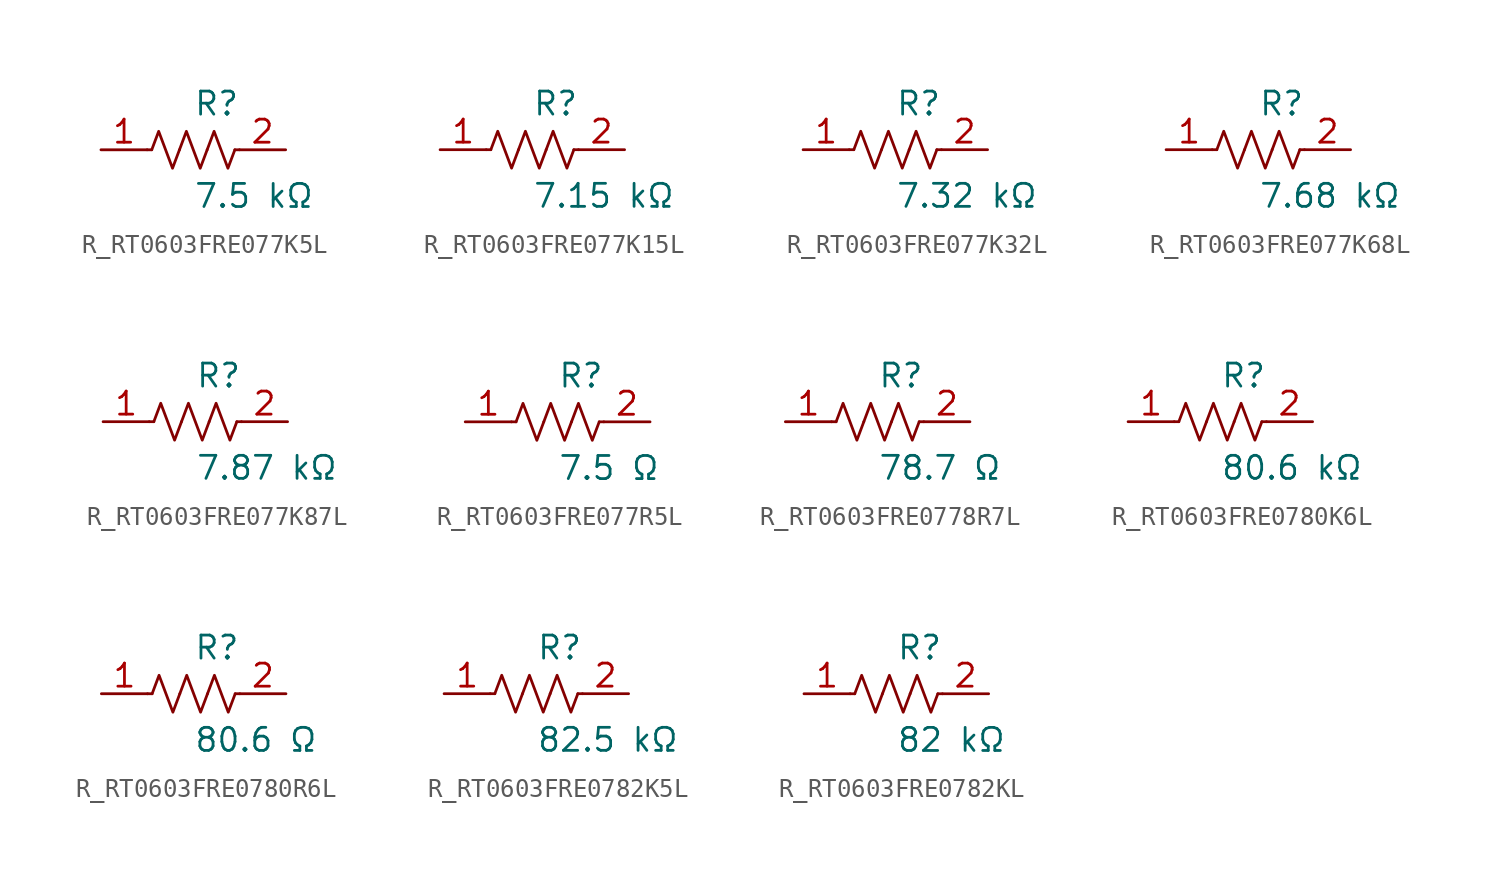
<source format=kicad_sym>
(kicad_symbol_lib
  (version 20231120)
  (generator kicad_symbol_editor)
  (generator_version 8.0)
  (symbol "R_RT0603FRE077K5L"
    (pin_names
      (offset 0.254))
    (property "Reference" "R"
      (at 0.0 2.54 0)
      (effects (font (size 1.27 1.27)) (justify left)))
    (property "Value" "7.5 kΩ"
      (at 0.0 -2.54 0)
      (effects (font (size 1.27 1.27)) (justify left)))
    (symbol "R_RT0603FRE077K5L_0_1"
      (polyline (pts (xy 2.286 0) (xy 2.54 0)) (stroke (width 0) (type default)) (fill (type none)))
      (polyline (pts (xy -2.286 0) (xy -2.54 0)) (stroke (width 0) (type default)) (fill (type none)))
      (polyline (pts (xy 0.762 0) (xy 1.143 1.016) (xy 1.524 0) (xy 1.905 -1.016) (xy 2.286 0)) (stroke (width 0) (type default)) (fill (type none)))
      (polyline (pts (xy -0.762 0) (xy -0.381 1.016) (xy 0 0) (xy 0.381 -1.016) (xy 0.762 0)) (stroke (width 0) (type default)) (fill (type none)))
      (polyline (pts (xy -2.286 0) (xy -1.905 1.016) (xy -1.524 0) (xy -1.143 -1.016) (xy -0.762 0)) (stroke (width 0) (type default)) (fill (type none))))
    (pin unspecified line
      (at -5.08 0 0)
      (length 2.54)
      (name "" (effects (font (size 1.27 1.27))))
      (number "1" (effects (font (size 1.27 1.27)))))
    (pin unspecified line
      (at 5.08 0 180)
      (length 2.54)
      (name "" (effects (font (size 1.27 1.27))))
      (number "2" (effects (font (size 1.27 1.27))))))
  (symbol "R_RT0603FRE077K15L"
    (pin_names
      (offset 0.254))
    (property "Reference" "R"
      (at 0.0 2.54 0)
      (effects (font (size 1.27 1.27)) (justify left)))
    (property "Value" "7.15 kΩ"
      (at 0.0 -2.54 0)
      (effects (font (size 1.27 1.27)) (justify left)))
    (symbol "R_RT0603FRE077K15L_0_1"
      (polyline (pts (xy 2.286 0) (xy 2.54 0)) (stroke (width 0) (type default)) (fill (type none)))
      (polyline (pts (xy -2.286 0) (xy -2.54 0)) (stroke (width 0) (type default)) (fill (type none)))
      (polyline (pts (xy 0.762 0) (xy 1.143 1.016) (xy 1.524 0) (xy 1.905 -1.016) (xy 2.286 0)) (stroke (width 0) (type default)) (fill (type none)))
      (polyline (pts (xy -0.762 0) (xy -0.381 1.016) (xy 0 0) (xy 0.381 -1.016) (xy 0.762 0)) (stroke (width 0) (type default)) (fill (type none)))
      (polyline (pts (xy -2.286 0) (xy -1.905 1.016) (xy -1.524 0) (xy -1.143 -1.016) (xy -0.762 0)) (stroke (width 0) (type default)) (fill (type none))))
    (pin unspecified line
      (at -5.08 0 0)
      (length 2.54)
      (name "" (effects (font (size 1.27 1.27))))
      (number "1" (effects (font (size 1.27 1.27)))))
    (pin unspecified line
      (at 5.08 0 180)
      (length 2.54)
      (name "" (effects (font (size 1.27 1.27))))
      (number "2" (effects (font (size 1.27 1.27))))))
  (symbol "R_RT0603FRE077K32L"
    (pin_names
      (offset 0.254))
    (property "Reference" "R"
      (at 0.0 2.54 0)
      (effects (font (size 1.27 1.27)) (justify left)))
    (property "Value" "7.32 kΩ"
      (at 0.0 -2.54 0)
      (effects (font (size 1.27 1.27)) (justify left)))
    (symbol "R_RT0603FRE077K32L_0_1"
      (polyline (pts (xy 2.286 0) (xy 2.54 0)) (stroke (width 0) (type default)) (fill (type none)))
      (polyline (pts (xy -2.286 0) (xy -2.54 0)) (stroke (width 0) (type default)) (fill (type none)))
      (polyline (pts (xy 0.762 0) (xy 1.143 1.016) (xy 1.524 0) (xy 1.905 -1.016) (xy 2.286 0)) (stroke (width 0) (type default)) (fill (type none)))
      (polyline (pts (xy -0.762 0) (xy -0.381 1.016) (xy 0 0) (xy 0.381 -1.016) (xy 0.762 0)) (stroke (width 0) (type default)) (fill (type none)))
      (polyline (pts (xy -2.286 0) (xy -1.905 1.016) (xy -1.524 0) (xy -1.143 -1.016) (xy -0.762 0)) (stroke (width 0) (type default)) (fill (type none))))
    (pin unspecified line
      (at -5.08 0 0)
      (length 2.54)
      (name "" (effects (font (size 1.27 1.27))))
      (number "1" (effects (font (size 1.27 1.27)))))
    (pin unspecified line
      (at 5.08 0 180)
      (length 2.54)
      (name "" (effects (font (size 1.27 1.27))))
      (number "2" (effects (font (size 1.27 1.27))))))
  (symbol "R_RT0603FRE077K68L"
    (pin_names
      (offset 0.254))
    (property "Reference" "R"
      (at 0.0 2.54 0)
      (effects (font (size 1.27 1.27)) (justify left)))
    (property "Value" "7.68 kΩ"
      (at 0.0 -2.54 0)
      (effects (font (size 1.27 1.27)) (justify left)))
    (symbol "R_RT0603FRE077K68L_0_1"
      (polyline (pts (xy 2.286 0) (xy 2.54 0)) (stroke (width 0) (type default)) (fill (type none)))
      (polyline (pts (xy -2.286 0) (xy -2.54 0)) (stroke (width 0) (type default)) (fill (type none)))
      (polyline (pts (xy 0.762 0) (xy 1.143 1.016) (xy 1.524 0) (xy 1.905 -1.016) (xy 2.286 0)) (stroke (width 0) (type default)) (fill (type none)))
      (polyline (pts (xy -0.762 0) (xy -0.381 1.016) (xy 0 0) (xy 0.381 -1.016) (xy 0.762 0)) (stroke (width 0) (type default)) (fill (type none)))
      (polyline (pts (xy -2.286 0) (xy -1.905 1.016) (xy -1.524 0) (xy -1.143 -1.016) (xy -0.762 0)) (stroke (width 0) (type default)) (fill (type none))))
    (pin unspecified line
      (at -5.08 0 0)
      (length 2.54)
      (name "" (effects (font (size 1.27 1.27))))
      (number "1" (effects (font (size 1.27 1.27)))))
    (pin unspecified line
      (at 5.08 0 180)
      (length 2.54)
      (name "" (effects (font (size 1.27 1.27))))
      (number "2" (effects (font (size 1.27 1.27))))))
  (symbol "R_RT0603FRE077K87L"
    (pin_names
      (offset 0.254))
    (property "Reference" "R"
      (at 0.0 2.54 0)
      (effects (font (size 1.27 1.27)) (justify left)))
    (property "Value" "7.87 kΩ"
      (at 0.0 -2.54 0)
      (effects (font (size 1.27 1.27)) (justify left)))
    (symbol "R_RT0603FRE077K87L_0_1"
      (polyline (pts (xy 2.286 0) (xy 2.54 0)) (stroke (width 0) (type default)) (fill (type none)))
      (polyline (pts (xy -2.286 0) (xy -2.54 0)) (stroke (width 0) (type default)) (fill (type none)))
      (polyline (pts (xy 0.762 0) (xy 1.143 1.016) (xy 1.524 0) (xy 1.905 -1.016) (xy 2.286 0)) (stroke (width 0) (type default)) (fill (type none)))
      (polyline (pts (xy -0.762 0) (xy -0.381 1.016) (xy 0 0) (xy 0.381 -1.016) (xy 0.762 0)) (stroke (width 0) (type default)) (fill (type none)))
      (polyline (pts (xy -2.286 0) (xy -1.905 1.016) (xy -1.524 0) (xy -1.143 -1.016) (xy -0.762 0)) (stroke (width 0) (type default)) (fill (type none))))
    (pin unspecified line
      (at -5.08 0 0)
      (length 2.54)
      (name "" (effects (font (size 1.27 1.27))))
      (number "1" (effects (font (size 1.27 1.27)))))
    (pin unspecified line
      (at 5.08 0 180)
      (length 2.54)
      (name "" (effects (font (size 1.27 1.27))))
      (number "2" (effects (font (size 1.27 1.27))))))
  (symbol "R_RT0603FRE077R5L"
    (pin_names
      (offset 0.254))
    (property "Reference" "R"
      (at 0.0 2.54 0)
      (effects (font (size 1.27 1.27)) (justify left)))
    (property "Value" "7.5 Ω"
      (at 0.0 -2.54 0)
      (effects (font (size 1.27 1.27)) (justify left)))
    (symbol "R_RT0603FRE077R5L_0_1"
      (polyline (pts (xy 2.286 0) (xy 2.54 0)) (stroke (width 0) (type default)) (fill (type none)))
      (polyline (pts (xy -2.286 0) (xy -2.54 0)) (stroke (width 0) (type default)) (fill (type none)))
      (polyline (pts (xy 0.762 0) (xy 1.143 1.016) (xy 1.524 0) (xy 1.905 -1.016) (xy 2.286 0)) (stroke (width 0) (type default)) (fill (type none)))
      (polyline (pts (xy -0.762 0) (xy -0.381 1.016) (xy 0 0) (xy 0.381 -1.016) (xy 0.762 0)) (stroke (width 0) (type default)) (fill (type none)))
      (polyline (pts (xy -2.286 0) (xy -1.905 1.016) (xy -1.524 0) (xy -1.143 -1.016) (xy -0.762 0)) (stroke (width 0) (type default)) (fill (type none))))
    (pin unspecified line
      (at -5.08 0 0)
      (length 2.54)
      (name "" (effects (font (size 1.27 1.27))))
      (number "1" (effects (font (size 1.27 1.27)))))
    (pin unspecified line
      (at 5.08 0 180)
      (length 2.54)
      (name "" (effects (font (size 1.27 1.27))))
      (number "2" (effects (font (size 1.27 1.27))))))
  (symbol "R_RT0603FRE0778R7L"
    (pin_names
      (offset 0.254))
    (property "Reference" "R"
      (at 0.0 2.54 0)
      (effects (font (size 1.27 1.27)) (justify left)))
    (property "Value" "78.7 Ω"
      (at 0.0 -2.54 0)
      (effects (font (size 1.27 1.27)) (justify left)))
    (symbol "R_RT0603FRE0778R7L_0_1"
      (polyline (pts (xy 2.286 0) (xy 2.54 0)) (stroke (width 0) (type default)) (fill (type none)))
      (polyline (pts (xy -2.286 0) (xy -2.54 0)) (stroke (width 0) (type default)) (fill (type none)))
      (polyline (pts (xy 0.762 0) (xy 1.143 1.016) (xy 1.524 0) (xy 1.905 -1.016) (xy 2.286 0)) (stroke (width 0) (type default)) (fill (type none)))
      (polyline (pts (xy -0.762 0) (xy -0.381 1.016) (xy 0 0) (xy 0.381 -1.016) (xy 0.762 0)) (stroke (width 0) (type default)) (fill (type none)))
      (polyline (pts (xy -2.286 0) (xy -1.905 1.016) (xy -1.524 0) (xy -1.143 -1.016) (xy -0.762 0)) (stroke (width 0) (type default)) (fill (type none))))
    (pin unspecified line
      (at -5.08 0 0)
      (length 2.54)
      (name "" (effects (font (size 1.27 1.27))))
      (number "1" (effects (font (size 1.27 1.27)))))
    (pin unspecified line
      (at 5.08 0 180)
      (length 2.54)
      (name "" (effects (font (size 1.27 1.27))))
      (number "2" (effects (font (size 1.27 1.27))))))
  (symbol "R_RT0603FRE0780K6L"
    (pin_names
      (offset 0.254))
    (property "Reference" "R"
      (at 0.0 2.54 0)
      (effects (font (size 1.27 1.27)) (justify left)))
    (property "Value" "80.6 kΩ"
      (at 0.0 -2.54 0)
      (effects (font (size 1.27 1.27)) (justify left)))
    (symbol "R_RT0603FRE0780K6L_0_1"
      (polyline (pts (xy 2.286 0) (xy 2.54 0)) (stroke (width 0) (type default)) (fill (type none)))
      (polyline (pts (xy -2.286 0) (xy -2.54 0)) (stroke (width 0) (type default)) (fill (type none)))
      (polyline (pts (xy 0.762 0) (xy 1.143 1.016) (xy 1.524 0) (xy 1.905 -1.016) (xy 2.286 0)) (stroke (width 0) (type default)) (fill (type none)))
      (polyline (pts (xy -0.762 0) (xy -0.381 1.016) (xy 0 0) (xy 0.381 -1.016) (xy 0.762 0)) (stroke (width 0) (type default)) (fill (type none)))
      (polyline (pts (xy -2.286 0) (xy -1.905 1.016) (xy -1.524 0) (xy -1.143 -1.016) (xy -0.762 0)) (stroke (width 0) (type default)) (fill (type none))))
    (pin unspecified line
      (at -5.08 0 0)
      (length 2.54)
      (name "" (effects (font (size 1.27 1.27))))
      (number "1" (effects (font (size 1.27 1.27)))))
    (pin unspecified line
      (at 5.08 0 180)
      (length 2.54)
      (name "" (effects (font (size 1.27 1.27))))
      (number "2" (effects (font (size 1.27 1.27))))))
  (symbol "R_RT0603FRE0780R6L"
    (pin_names
      (offset 0.254))
    (property "Reference" "R"
      (at 0.0 2.54 0)
      (effects (font (size 1.27 1.27)) (justify left)))
    (property "Value" "80.6 Ω"
      (at 0.0 -2.54 0)
      (effects (font (size 1.27 1.27)) (justify left)))
    (symbol "R_RT0603FRE0780R6L_0_1"
      (polyline (pts (xy 2.286 0) (xy 2.54 0)) (stroke (width 0) (type default)) (fill (type none)))
      (polyline (pts (xy -2.286 0) (xy -2.54 0)) (stroke (width 0) (type default)) (fill (type none)))
      (polyline (pts (xy 0.762 0) (xy 1.143 1.016) (xy 1.524 0) (xy 1.905 -1.016) (xy 2.286 0)) (stroke (width 0) (type default)) (fill (type none)))
      (polyline (pts (xy -0.762 0) (xy -0.381 1.016) (xy 0 0) (xy 0.381 -1.016) (xy 0.762 0)) (stroke (width 0) (type default)) (fill (type none)))
      (polyline (pts (xy -2.286 0) (xy -1.905 1.016) (xy -1.524 0) (xy -1.143 -1.016) (xy -0.762 0)) (stroke (width 0) (type default)) (fill (type none))))
    (pin unspecified line
      (at -5.08 0 0)
      (length 2.54)
      (name "" (effects (font (size 1.27 1.27))))
      (number "1" (effects (font (size 1.27 1.27)))))
    (pin unspecified line
      (at 5.08 0 180)
      (length 2.54)
      (name "" (effects (font (size 1.27 1.27))))
      (number "2" (effects (font (size 1.27 1.27))))))
  (symbol "R_RT0603FRE0782K5L"
    (pin_names
      (offset 0.254))
    (property "Reference" "R"
      (at 0.0 2.54 0)
      (effects (font (size 1.27 1.27)) (justify left)))
    (property "Value" "82.5 kΩ"
      (at 0.0 -2.54 0)
      (effects (font (size 1.27 1.27)) (justify left)))
    (symbol "R_RT0603FRE0782K5L_0_1"
      (polyline (pts (xy 2.286 0) (xy 2.54 0)) (stroke (width 0) (type default)) (fill (type none)))
      (polyline (pts (xy -2.286 0) (xy -2.54 0)) (stroke (width 0) (type default)) (fill (type none)))
      (polyline (pts (xy 0.762 0) (xy 1.143 1.016) (xy 1.524 0) (xy 1.905 -1.016) (xy 2.286 0)) (stroke (width 0) (type default)) (fill (type none)))
      (polyline (pts (xy -0.762 0) (xy -0.381 1.016) (xy 0 0) (xy 0.381 -1.016) (xy 0.762 0)) (stroke (width 0) (type default)) (fill (type none)))
      (polyline (pts (xy -2.286 0) (xy -1.905 1.016) (xy -1.524 0) (xy -1.143 -1.016) (xy -0.762 0)) (stroke (width 0) (type default)) (fill (type none))))
    (pin unspecified line
      (at -5.08 0 0)
      (length 2.54)
      (name "" (effects (font (size 1.27 1.27))))
      (number "1" (effects (font (size 1.27 1.27)))))
    (pin unspecified line
      (at 5.08 0 180)
      (length 2.54)
      (name "" (effects (font (size 1.27 1.27))))
      (number "2" (effects (font (size 1.27 1.27))))))
  (symbol "R_RT0603FRE0782KL"
    (pin_names
      (offset 0.254))
    (property "Reference" "R"
      (at 0.0 2.54 0)
      (effects (font (size 1.27 1.27)) (justify left)))
    (property "Value" "82 kΩ"
      (at 0.0 -2.54 0)
      (effects (font (size 1.27 1.27)) (justify left)))
    (symbol "R_RT0603FRE0782KL_0_1"
      (polyline (pts (xy 2.286 0) (xy 2.54 0)) (stroke (width 0) (type default)) (fill (type none)))
      (polyline (pts (xy -2.286 0) (xy -2.54 0)) (stroke (width 0) (type default)) (fill (type none)))
      (polyline (pts (xy 0.762 0) (xy 1.143 1.016) (xy 1.524 0) (xy 1.905 -1.016) (xy 2.286 0)) (stroke (width 0) (type default)) (fill (type none)))
      (polyline (pts (xy -0.762 0) (xy -0.381 1.016) (xy 0 0) (xy 0.381 -1.016) (xy 0.762 0)) (stroke (width 0) (type default)) (fill (type none)))
      (polyline (pts (xy -2.286 0) (xy -1.905 1.016) (xy -1.524 0) (xy -1.143 -1.016) (xy -0.762 0)) (stroke (width 0) (type default)) (fill (type none))))
    (pin unspecified line
      (at -5.08 0 0)
      (length 2.54)
      (name "" (effects (font (size 1.27 1.27))))
      (number "1" (effects (font (size 1.27 1.27)))))
    (pin unspecified line
      (at 5.08 0 180)
      (length 2.54)
      (name "" (effects (font (size 1.27 1.27))))
      (number "2" (effects (font (size 1.27 1.27)))))))
</source>
